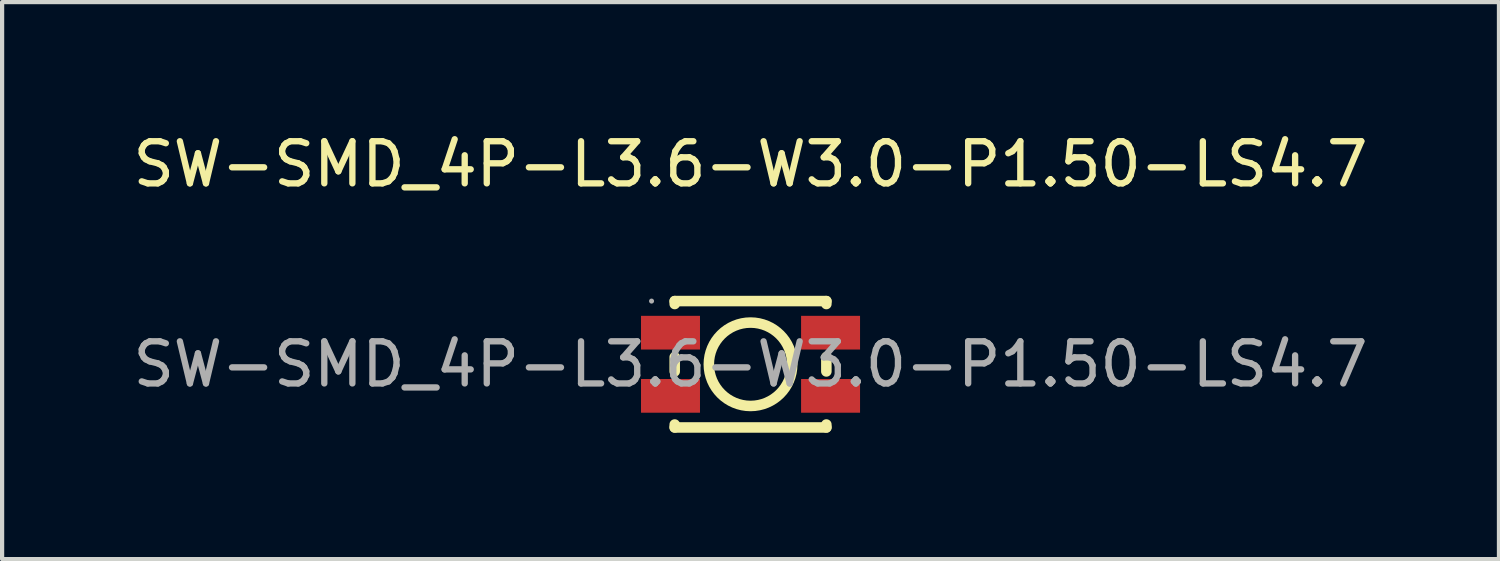
<source format=kicad_pcb>
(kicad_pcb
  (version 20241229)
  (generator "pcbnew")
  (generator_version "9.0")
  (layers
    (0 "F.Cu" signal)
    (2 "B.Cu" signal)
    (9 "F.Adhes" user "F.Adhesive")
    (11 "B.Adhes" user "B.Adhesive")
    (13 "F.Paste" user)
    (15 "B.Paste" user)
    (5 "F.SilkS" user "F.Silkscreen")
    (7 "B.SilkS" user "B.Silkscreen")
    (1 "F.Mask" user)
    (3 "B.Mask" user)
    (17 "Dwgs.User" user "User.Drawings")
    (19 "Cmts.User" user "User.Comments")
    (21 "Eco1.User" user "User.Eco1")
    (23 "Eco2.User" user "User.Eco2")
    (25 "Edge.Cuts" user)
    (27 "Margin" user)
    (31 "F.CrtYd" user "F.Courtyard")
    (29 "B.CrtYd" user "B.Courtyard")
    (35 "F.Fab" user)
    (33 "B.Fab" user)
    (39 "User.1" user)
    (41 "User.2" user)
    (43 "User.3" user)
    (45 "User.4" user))
  (footprint "SW-SMD_4P-L3.6-W3.0-P1.50-LS4.7"
    (layer "F.Cu")
    (at 14.768 5.598)
    (property "Reference" "SW-SMD_4P-L3.6-W3.0-P1.50-LS4.7" (at 0 -4.75 0) (layer "F.SilkS") (effects (font (size 1 1) (thickness 0.15))))
    (attr smd)
    (fp_line (start -1.8 -1.5) (end -1.8 -1.43) (stroke (width 0.25) (type solid)) (layer "F.SilkS"))
    (fp_line (start -1.8 -1.5) (end 1.8 -1.5) (stroke (width 0.25) (type solid)) (layer "F.SilkS"))
    (fp_line (start -1.8 -0.17) (end -1.8 0.17) (stroke (width 0.25) (type solid)) (layer "F.SilkS"))
    (fp_line (start -1.8 1.43) (end -1.8 1.5) (stroke (width 0.25) (type solid)) (layer "F.SilkS"))
    (fp_line (start -1.8 1.5) (end 1.8 1.5) (stroke (width 0.25) (type solid)) (layer "F.SilkS"))
    (fp_line (start 1.8 -1.5) (end 1.8 -1.43) (stroke (width 0.25) (type solid)) (layer "F.SilkS"))
    (fp_line (start 1.8 -0.17) (end 1.8 0.17) (stroke (width 0.25) (type solid)) (layer "F.SilkS"))
    (fp_line (start 1.8 1.43) (end 1.8 1.5) (stroke (width 0.25) (type solid)) (layer "F.SilkS"))
    (fp_circle (center 0 0) (end 0.99 0) (stroke (width 0.25) (type solid)) (fill no) (layer "F.SilkS"))
    (fp_circle (center -2.35 -1.5) (end -2.32 -1.5) (stroke (width 0.06) (type solid)) (fill no) (layer "F.Fab"))
    (fp_text user "${REFERENCE}" (at 0 0 0) (layer "F.Fab") (effects (font (size 1 1) (thickness 0.15))))
    (pad "1" smd rect (at -1.9 -0.75 90) (size 0.8 1.4) (layers "F.Cu" "F.Mask" "F.Paste"))
    (pad "2" smd rect (at 1.9 -0.75 90) (size 0.8 1.4) (layers "F.Cu" "F.Mask" "F.Paste"))
    (pad "3" smd rect (at -1.9 0.75 270) (size 0.8 1.4) (layers "F.Cu" "F.Mask" "F.Paste"))
    (pad "4" smd rect (at 1.9 0.75 270) (size 0.8 1.4) (layers "F.Cu" "F.Mask" "F.Paste")))
  (gr_rect
    (start -3 -3)
    (end 32.536 10.223)
    (stroke (width 0.1) (type default))
    (fill no)
    (layer "Edge.Cuts")))
</source>
